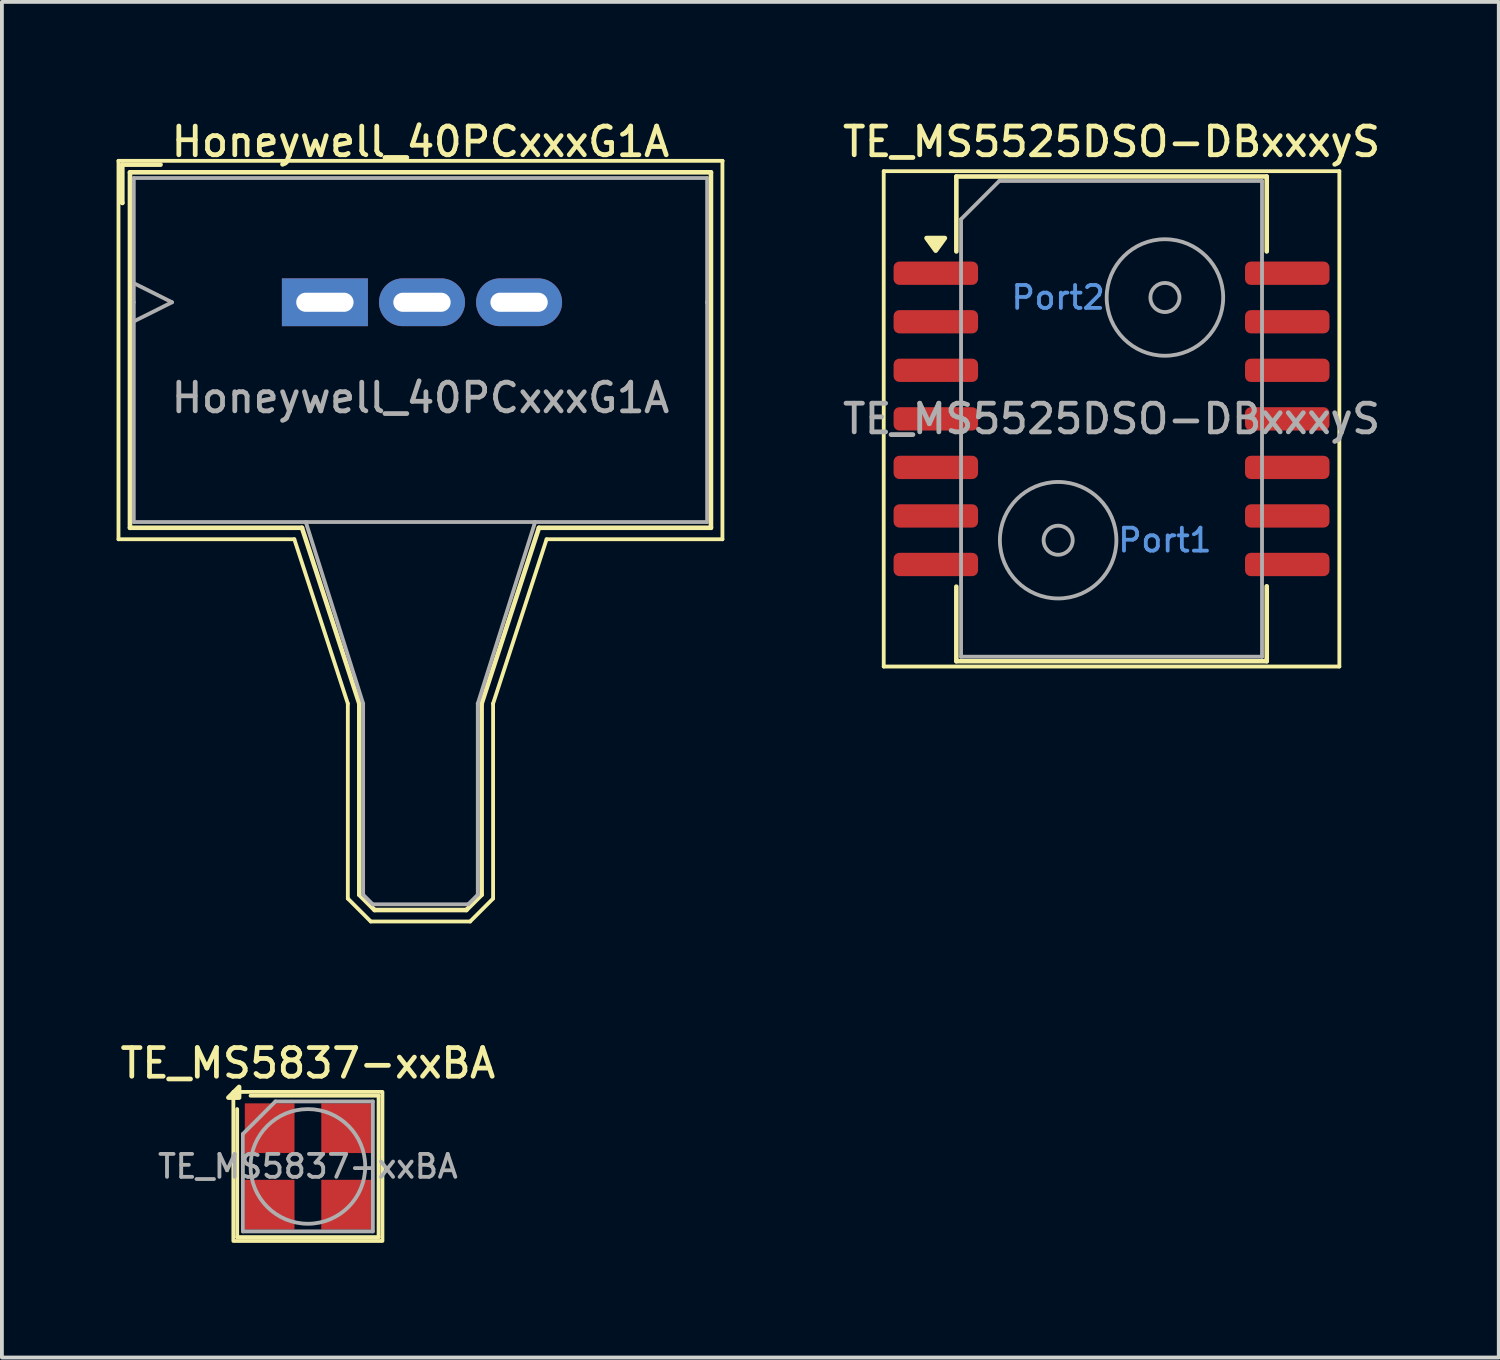
<source format=kicad_pcb>
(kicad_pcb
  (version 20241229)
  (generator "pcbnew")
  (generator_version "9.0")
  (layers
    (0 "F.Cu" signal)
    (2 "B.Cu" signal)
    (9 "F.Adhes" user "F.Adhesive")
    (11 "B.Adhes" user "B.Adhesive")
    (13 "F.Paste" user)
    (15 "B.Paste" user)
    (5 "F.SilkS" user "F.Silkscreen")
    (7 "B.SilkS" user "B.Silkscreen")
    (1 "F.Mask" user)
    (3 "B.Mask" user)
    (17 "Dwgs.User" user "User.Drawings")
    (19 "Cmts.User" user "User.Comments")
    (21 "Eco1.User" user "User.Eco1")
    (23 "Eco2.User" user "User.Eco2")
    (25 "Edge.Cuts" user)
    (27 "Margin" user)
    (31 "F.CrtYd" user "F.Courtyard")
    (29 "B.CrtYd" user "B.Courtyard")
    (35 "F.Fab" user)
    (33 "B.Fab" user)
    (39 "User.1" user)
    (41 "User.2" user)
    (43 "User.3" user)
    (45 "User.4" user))
  (footprint "TE_MS5837-xxBA"
    (layer "F.Cu")
    (at 5.005 27.466)
    (property "Reference" "TE_MS5837-xxBA" (at 0 -2.7 0) (unlocked yes) (layer "F.SilkS") (effects (font (size 0.75 0.75) (thickness 0.125))))
    (attr smd)
    (fp_line (start -1.85 1.85) (end -1.85 -1.5) (stroke (width 0.1) (type default)) (layer "F.SilkS"))
    (fp_line (start -1.5 -1.85) (end 1.85 -1.85) (stroke (width 0.1) (type default)) (layer "F.SilkS"))
    (fp_line (start 1.85 -1.85) (end 1.85 1.85) (stroke (width 0.1) (type default)) (layer "F.SilkS"))
    (fp_line (start 1.85 1.85) (end -1.85 1.85) (stroke (width 0.1) (type default)) (layer "F.SilkS"))
    (fp_rect (start 1.95 1.95) (end -1.95 -1.95) (stroke (width 0.1) (type solid)) (fill no) (layer "F.SilkS"))
    (fp_poly (pts (xy -1.8 -1.8) (xy -2.08 -1.8) (xy -1.8 -2.08) (xy -1.8 -1.8)) (stroke (width 0.12) (type solid)) (fill yes) (layer "F.SilkS"))
    (fp_line (start -1.7 -0.85) (end -1.7 1.7) (stroke (width 0.1) (type solid)) (layer "F.Fab"))
    (fp_line (start -1.7 1.7) (end 1.7 1.7) (stroke (width 0.1) (type solid)) (layer "F.Fab"))
    (fp_line (start -0.85 -1.7) (end -1.7 -0.85) (stroke (width 0.1) (type solid)) (layer "F.Fab"))
    (fp_line (start 1.7 -1.7) (end -0.85 -1.7) (stroke (width 0.1) (type solid)) (layer "F.Fab"))
    (fp_line (start 1.7 1.7) (end 1.7 -1.7) (stroke (width 0.1) (type solid)) (layer "F.Fab"))
    (fp_circle (center 0 0) (end -1.5 0) (stroke (width 0.1) (type solid)) (fill no) (layer "F.Fab"))
    (fp_text user "${REFERENCE}" (at 0 0 180) (layer "F.Fab") (effects (font (size 0.6 0.6) (thickness 0.1))))
    (pad "1" smd rect (at -1 -1 180) (size 1.3 1.3) (layers "F.Cu" "F.Mask" "F.Paste"))
    (pad "2" smd rect (at -1 1 180) (size 1.3 1.3) (layers "F.Cu" "F.Mask" "F.Paste"))
    (pad "3" smd rect (at 1 1 180) (size 1.3 1.3) (layers "F.Cu" "F.Mask" "F.Paste"))
    (pad "4" smd rect (at 1 -1 180) (size 1.3 1.3) (layers "F.Cu" "F.Mask" "F.Paste")))
  (footprint "Honeywell_40PCxxxG1A"
    (layer "F.Cu")
    (at 5.45 4.858)
    (property "Reference" "Honeywell_40PCxxxG1A" (at 2.5 -4.2 0) (layer "F.SilkS") (effects (font (size 0.75 0.75) (thickness 0.125))))
    (attr through_hole)
    (fp_line (start -5.4 -3.7) (end 10.4 -3.7) (stroke (width 0.1) (type solid)) (layer "F.SilkS"))
    (fp_line (start -5.4 6.2) (end -5.4 -3.7) (stroke (width 0.1) (type solid)) (layer "F.SilkS"))
    (fp_line (start -5.3 -3.6) (end -5.3 -2.6) (stroke (width 0.12) (type solid)) (layer "F.SilkS"))
    (fp_line (start -5.3 -2.6) (end -5.3 -2.6) (stroke (width 0.12) (type solid)) (layer "F.SilkS"))
    (fp_line (start -5.1 -3.4) (end -5.1 5.9) (stroke (width 0.12) (type solid)) (layer "F.SilkS"))
    (fp_line (start -5.1 5.9) (end -0.6 5.9) (stroke (width 0.12) (type solid)) (layer "F.SilkS"))
    (fp_line (start -4.3 -3.6) (end -5.3 -3.6) (stroke (width 0.12) (type solid)) (layer "F.SilkS"))
    (fp_line (start -0.8 6.2) (end -5.4 6.2) (stroke (width 0.1) (type solid)) (layer "F.SilkS"))
    (fp_line (start -0.6 5.9) (end 0.9 10.5) (stroke (width 0.12) (type solid)) (layer "F.SilkS"))
    (fp_line (start 0.6 10.5) (end -0.8 6.2) (stroke (width 0.1) (type solid)) (layer "F.SilkS"))
    (fp_line (start 0.6 15.6) (end 0.6 10.5) (stroke (width 0.1) (type solid)) (layer "F.SilkS"))
    (fp_line (start 0.9 10.5) (end 0.9 15.5) (stroke (width 0.12) (type solid)) (layer "F.SilkS"))
    (fp_line (start 0.9 15.5) (end 1.3 15.9) (stroke (width 0.12) (type solid)) (layer "F.SilkS"))
    (fp_line (start 1.2 16.2) (end 0.6 15.6) (stroke (width 0.1) (type solid)) (layer "F.SilkS"))
    (fp_line (start 1.3 15.9) (end 3.7 15.9) (stroke (width 0.12) (type solid)) (layer "F.SilkS"))
    (fp_line (start 3.7 15.9) (end 4.1 15.5) (stroke (width 0.12) (type solid)) (layer "F.SilkS"))
    (fp_line (start 3.8 16.2) (end 1.2 16.2) (stroke (width 0.1) (type solid)) (layer "F.SilkS"))
    (fp_line (start 4.1 10.5) (end 4.1 10.5) (stroke (width 0.12) (type solid)) (layer "F.SilkS"))
    (fp_line (start 4.1 15.5) (end 4.1 10.5) (stroke (width 0.12) (type solid)) (layer "F.SilkS"))
    (fp_line (start 4.4 10.5) (end 4.4 15.6) (stroke (width 0.1) (type solid)) (layer "F.SilkS"))
    (fp_line (start 4.4 15.6) (end 3.8 16.2) (stroke (width 0.1) (type solid)) (layer "F.SilkS"))
    (fp_line (start 5.6 5.9) (end 4.1 10.5) (stroke (width 0.12) (type solid)) (layer "F.SilkS"))
    (fp_line (start 5.8 6.2) (end 4.4 10.5) (stroke (width 0.1) (type solid)) (layer "F.SilkS"))
    (fp_line (start 10.1 -3.4) (end -5.1 -3.4) (stroke (width 0.12) (type solid)) (layer "F.SilkS"))
    (fp_line (start 10.1 -3.4) (end 10.1 5.9) (stroke (width 0.12) (type solid)) (layer "F.SilkS"))
    (fp_line (start 10.1 5.9) (end 5.6 5.9) (stroke (width 0.12) (type solid)) (layer "F.SilkS"))
    (fp_line (start 10.4 -3.7) (end 10.4 -3.7) (stroke (width 0.1) (type solid)) (layer "F.SilkS"))
    (fp_line (start 10.4 -3.7) (end 10.4 6.2) (stroke (width 0.1) (type solid)) (layer "F.SilkS"))
    (fp_line (start 10.4 6.2) (end 5.8 6.2) (stroke (width 0.1) (type solid)) (layer "F.SilkS"))
    (fp_line (start -5 -3.25) (end 10 -3.25) (stroke (width 0.1) (type solid)) (layer "F.Fab"))
    (fp_line (start -5 -0.5) (end -4 0) (stroke (width 0.1) (type solid)) (layer "F.Fab"))
    (fp_line (start -5 0) (end -5 0) (stroke (width 0.1) (type solid)) (layer "F.Fab"))
    (fp_line (start -5 5.75) (end -5 -3.25) (stroke (width 0.1) (type solid)) (layer "F.Fab"))
    (fp_line (start -4 0) (end -5 0.5) (stroke (width 0.1) (type solid)) (layer "F.Fab"))
    (fp_line (start -0.5 5.75) (end 1 10.5) (stroke (width 0.1) (type solid)) (layer "F.Fab"))
    (fp_line (start 1 10.5) (end 1 15.5) (stroke (width 0.1) (type solid)) (layer "F.Fab"))
    (fp_line (start 1 15.5) (end 1.25 15.75) (stroke (width 0.1) (type solid)) (layer "F.Fab"))
    (fp_line (start 1.25 15.75) (end 3.75 15.75) (stroke (width 0.1) (type solid)) (layer "F.Fab"))
    (fp_line (start 3.75 15.75) (end 4 15.5) (stroke (width 0.1) (type solid)) (layer "F.Fab"))
    (fp_line (start 4 10.5) (end 4 10.5) (stroke (width 0.1) (type solid)) (layer "F.Fab"))
    (fp_line (start 4 15.5) (end 4 10.5) (stroke (width 0.1) (type solid)) (layer "F.Fab"))
    (fp_line (start 5.5 5.75) (end 4 10.5) (stroke (width 0.1) (type solid)) (layer "F.Fab"))
    (fp_line (start 10 -3.25) (end 10 0) (stroke (width 0.1) (type solid)) (layer "F.Fab"))
    (fp_line (start 10 0) (end 10 0) (stroke (width 0.1) (type solid)) (layer "F.Fab"))
    (fp_line (start 10 0) (end 10 0) (stroke (width 0.1) (type solid)) (layer "F.Fab"))
    (fp_line (start 10 0) (end 10 5.75) (stroke (width 0.1) (type solid)) (layer "F.Fab"))
    (fp_line (start 10 5.75) (end -5 5.75) (stroke (width 0.1) (type solid)) (layer "F.Fab"))
    (fp_text user "${REFERENCE}" (at 2.5 2.5 0) (layer "F.Fab") (effects (font (size 0.75 0.75) (thickness 0.125))))
    (pad "1" thru_hole rect (at 0 0) (size 2.25 1.25) (drill oval 1.5 0.5) (layers "*.Cu" "*.Mask"))
    (pad "2" thru_hole oval (at 2.54 0) (size 2.25 1.25) (drill oval 1.5 0.5) (layers "*.Cu" "*.Mask"))
    (pad "3" thru_hole oval (at 5.08 0) (size 2.25 1.25) (drill oval 1.5 0.5) (layers "*.Cu" "*.Mask")))
  (footprint "TE_MS5525DSO-DBxxxyS"
    (layer "F.Cu")
    (at 26.03 7.908)
    (property "Reference" "TE_MS5525DSO-DBxxxyS" (at 0 -7.25 0) (layer "F.SilkS") (effects (font (size 0.75 0.75) (thickness 0.125))))
    (attr smd)
    (fp_line (start -5.96 -6.48) (end -5.96 6.48) (stroke (width 0.1) (type solid)) (layer "F.SilkS"))
    (fp_line (start -5.96 -6.48) (end 5.96 -6.48) (stroke (width 0.1) (type solid)) (layer "F.SilkS"))
    (fp_line (start -5.96 6.48) (end 5.96 6.48) (stroke (width 0.1) (type solid)) (layer "F.SilkS"))
    (fp_line (start -4.06 -6.34) (end -4.06 -4.38) (stroke (width 0.12) (type solid)) (layer "F.SilkS"))
    (fp_line (start -4.06 6.34) (end -4.06 4.39) (stroke (width 0.12) (type solid)) (layer "F.SilkS"))
    (fp_line (start 4.06 -6.34) (end -4.06 -6.34) (stroke (width 0.12) (type solid)) (layer "F.SilkS"))
    (fp_line (start 4.06 -6.34) (end 4.06 -4.38) (stroke (width 0.12) (type solid)) (layer "F.SilkS"))
    (fp_line (start 4.06 6.34) (end -4.06 6.34) (stroke (width 0.12) (type solid)) (layer "F.SilkS"))
    (fp_line (start 4.06 6.34) (end 4.06 4.38) (stroke (width 0.12) (type solid)) (layer "F.SilkS"))
    (fp_line (start 5.96 -6.48) (end 5.96 6.48) (stroke (width 0.1) (type solid)) (layer "F.SilkS"))
    (fp_poly (pts (xy -4.6 -4.4) (xy -4.84 -4.73) (xy -4.36 -4.73) (xy -4.6 -4.4)) (stroke (width 0.12) (type solid)) (fill yes) (layer "F.SilkS"))
    (fp_line (start -3.937 6.223) (end -3.937 -5.223) (stroke (width 0.1) (type solid)) (layer "F.Fab"))
    (fp_line (start -3.937 6.223) (end 3.937 6.223) (stroke (width 0.1) (type solid)) (layer "F.Fab"))
    (fp_line (start -2.937 -6.223) (end -3.937 -5.223) (stroke (width 0.1) (type solid)) (layer "F.Fab"))
    (fp_line (start -2.937 -6.223) (end 3.937 -6.223) (stroke (width 0.1) (type solid)) (layer "F.Fab"))
    (fp_line (start 3.937 6.223) (end 3.937 -6.223) (stroke (width 0.1) (type solid)) (layer "F.Fab"))
    (fp_circle (center -1.397 3.175) (end -1.016 3.175) (stroke (width 0.1) (type solid)) (fill no) (layer "F.Fab"))
    (fp_circle (center -1.397 3.175) (end 0.127 3.175) (stroke (width 0.1) (type solid)) (fill no) (layer "F.Fab"))
    (fp_circle (center 1.397 -3.175) (end 1.778 -3.175) (stroke (width 0.1) (type solid)) (fill no) (layer "F.Fab"))
    (fp_circle (center 1.397 -3.175) (end 2.921 -3.175) (stroke (width 0.1) (type solid)) (fill no) (layer "F.Fab"))
    (fp_text user "Port2" (at -1.397 -3.175 0) (layer "Cmts.User") (effects (font (size 0.6 0.6) (thickness 0.1))))
    (fp_text user "Port1" (at 1.397 3.175 0) (layer "Cmts.User") (effects (font (size 0.6 0.6) (thickness 0.1))))
    (fp_text user "${REFERENCE}" (at 0 0 0) (layer "F.Fab") (effects (font (size 0.75 0.75) (thickness 0.125))))
    (pad "1" smd roundrect (at -4.597 -3.81) (size 2.21 0.61) (layers "F.Cu" "F.Mask" "F.Paste") (roundrect_rratio 0.25))
    (pad "2" smd roundrect (at -4.597 -2.54) (size 2.21 0.61) (layers "F.Cu" "F.Mask" "F.Paste") (roundrect_rratio 0.25))
    (pad "3" smd roundrect (at -4.597 -1.27) (size 2.21 0.61) (layers "F.Cu" "F.Mask" "F.Paste") (roundrect_rratio 0.25))
    (pad "4" smd roundrect (at -4.597 0) (size 2.21 0.61) (layers "F.Cu" "F.Mask" "F.Paste") (roundrect_rratio 0.25))
    (pad "5" smd roundrect (at -4.597 1.27) (size 2.21 0.61) (layers "F.Cu" "F.Mask" "F.Paste") (roundrect_rratio 0.25))
    (pad "6" smd roundrect (at -4.597 2.54) (size 2.21 0.61) (layers "F.Cu" "F.Mask" "F.Paste") (roundrect_rratio 0.25))
    (pad "7" smd roundrect (at -4.597 3.81) (size 2.21 0.61) (layers "F.Cu" "F.Mask" "F.Paste") (roundrect_rratio 0.25))
    (pad "8" smd roundrect (at 4.597 3.81) (size 2.21 0.61) (layers "F.Cu" "F.Mask" "F.Paste") (roundrect_rratio 0.25))
    (pad "9" smd roundrect (at 4.597 2.54) (size 2.21 0.61) (layers "F.Cu" "F.Mask" "F.Paste") (roundrect_rratio 0.25))
    (pad "10" smd roundrect (at 4.597 1.27) (size 2.21 0.61) (layers "F.Cu" "F.Mask" "F.Paste") (roundrect_rratio 0.25))
    (pad "11" smd roundrect (at 4.597 0) (size 2.21 0.61) (layers "F.Cu" "F.Mask" "F.Paste") (roundrect_rratio 0.25))
    (pad "12" smd roundrect (at 4.597 -1.27) (size 2.21 0.61) (layers "F.Cu" "F.Mask" "F.Paste") (roundrect_rratio 0.25))
    (pad "13" smd roundrect (at 4.597 -2.54) (size 2.21 0.61) (layers "F.Cu" "F.Mask" "F.Paste") (roundrect_rratio 0.25))
    (pad "14" smd roundrect (at 4.597 -3.81) (size 2.21 0.61) (layers "F.Cu" "F.Mask" "F.Paste") (roundrect_rratio 0.25)))
  (gr_rect
    (start -3 -3)
    (end 36.161 32.466)
    (stroke (width 0.1) (type default))
    (fill no)
    (layer "Edge.Cuts")))
</source>
